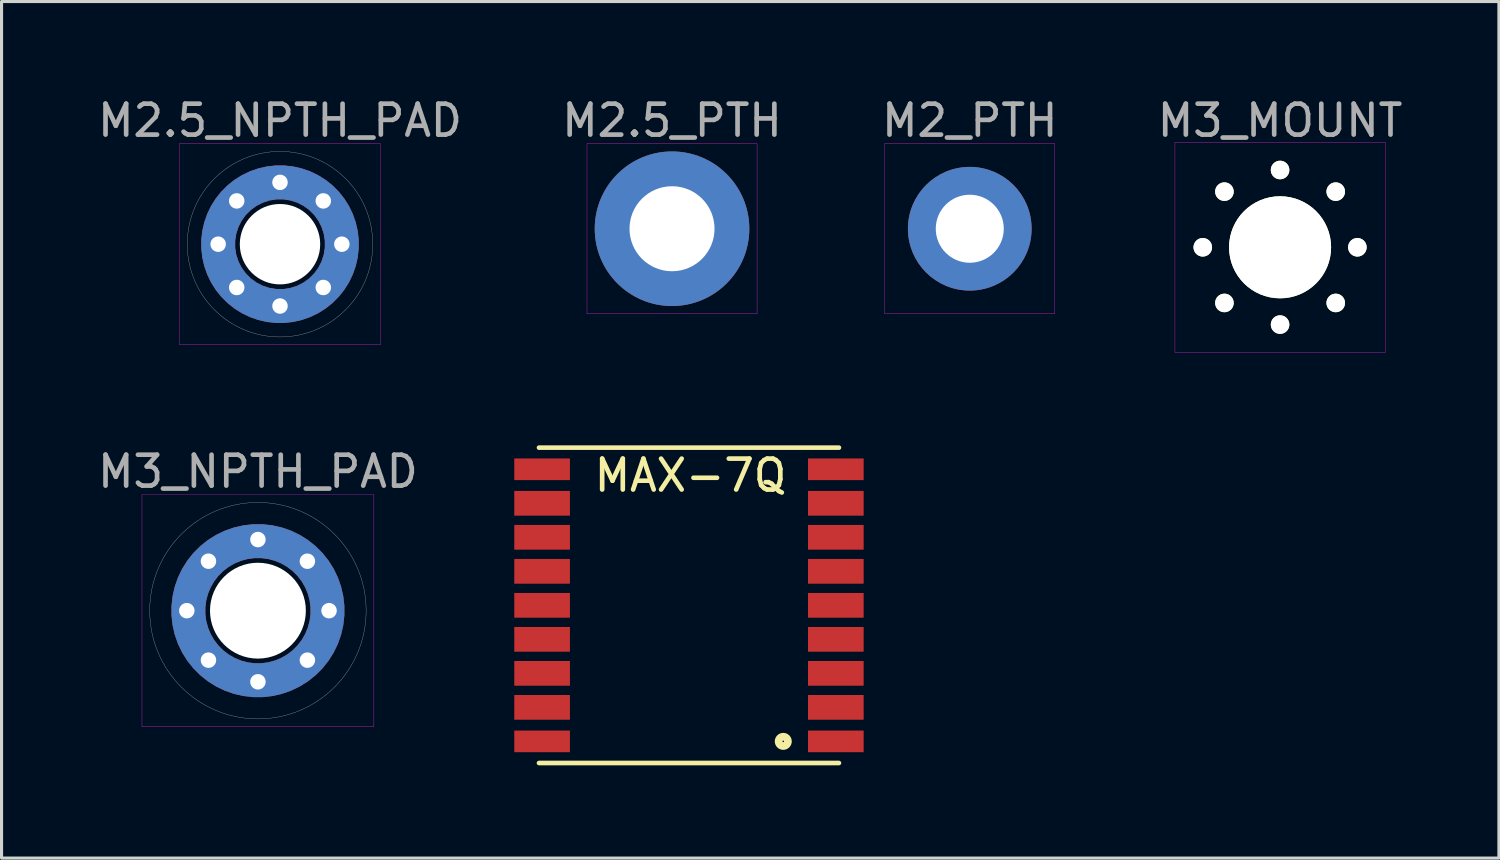
<source format=kicad_pcb>
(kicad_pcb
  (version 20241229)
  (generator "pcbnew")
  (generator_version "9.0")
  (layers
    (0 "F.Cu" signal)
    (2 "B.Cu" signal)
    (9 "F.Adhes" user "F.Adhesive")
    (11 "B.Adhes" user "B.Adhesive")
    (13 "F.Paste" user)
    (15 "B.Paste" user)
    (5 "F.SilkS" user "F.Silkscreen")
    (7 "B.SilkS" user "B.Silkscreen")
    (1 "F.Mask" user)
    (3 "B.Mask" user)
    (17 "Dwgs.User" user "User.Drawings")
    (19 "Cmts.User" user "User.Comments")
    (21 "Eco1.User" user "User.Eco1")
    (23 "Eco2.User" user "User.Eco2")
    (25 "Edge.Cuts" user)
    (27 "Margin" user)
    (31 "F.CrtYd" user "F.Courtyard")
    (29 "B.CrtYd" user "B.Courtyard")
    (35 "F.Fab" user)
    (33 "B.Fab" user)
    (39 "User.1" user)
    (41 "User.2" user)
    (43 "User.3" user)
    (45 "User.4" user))
  (footprint "M3_NPTH_PAD"
    (layer "F.Cu")
    (at 5.292 16.701)
    (property "Reference" "M3_NPTH_PAD" (at 0 -4.5 0) (layer "F.Fab") (effects (font (size 1 1) (thickness 0.15))))
    (attr exclude_from_pos_files)
    (fp_line (start -3.75 -3.75) (end 3.75 -3.75) (stroke (width 0.01) (type solid)) (layer "F.CrtYd"))
    (fp_line (start -3.75 3.75) (end -3.75 -3.75) (stroke (width 0.01) (type solid)) (layer "F.CrtYd"))
    (fp_line (start 3.75 -3.75) (end 3.75 3.75) (stroke (width 0.01) (type solid)) (layer "F.CrtYd"))
    (fp_line (start 3.75 3.75) (end -3.75 3.75) (stroke (width 0.01) (type solid)) (layer "F.CrtYd"))
    (fp_circle (center 0 0) (end 3.5 0) (stroke (width 0.01) (type solid)) (fill no) (layer "F.Fab"))
    (pad "" np_thru_hole circle (at 0 0) (size 3.1 3.1) (drill 3.1) (layers "*.Cu" "*.Mask"))
    (pad "" smd circle (at 0 0) (size 3.4 3.4) (layers "F.Mask"))
    (pad "" smd circle (at 0 0) (size 3.4 3.4) (layers "B.Mask"))
    (pad "1" thru_hole circle (at -2.3 0) (size 0.8 0.8) (drill 0.5) (layers "*.Cu" "*.Mask"))
    (pad "1" thru_hole circle (at -1.6 -1.6) (size 0.8 0.8) (drill 0.5) (layers "*.Cu" "*.Mask"))
    (pad "1" thru_hole circle (at -1.6 1.6) (size 0.8 0.8) (drill 0.5) (layers "*.Cu" "*.Mask"))
    (pad "1" thru_hole circle (at 0 -2.3) (size 0.8 0.8) (drill 0.5) (layers "*.Cu" "*.Mask"))
    (pad "1" smd custom (at 0 2) (size 0.1 0.1) (layers "F.Cu" "F.Mask") (options (anchor circle)) (primitives (gr_circle (center 0 -2) (end 2.25 -2) (width 1.1) (fill no))))
    (pad "1" smd custom (at 0 2) (size 0.1 0.1) (layers "B.Cu" "B.Mask") (options (anchor circle)) (primitives (gr_circle (center 0 -2) (end 2.25 -2) (width 1.1) (fill no))))
    (pad "1" thru_hole circle (at 0 2.3) (size 0.8 0.8) (drill 0.5) (layers "*.Cu" "*.Mask"))
    (pad "1" thru_hole circle (at 1.6 -1.6) (size 0.8 0.8) (drill 0.5) (layers "*.Cu" "*.Mask"))
    (pad "1" thru_hole circle (at 1.6 1.6) (size 0.8 0.8) (drill 0.5) (layers "*.Cu" "*.Mask"))
    (pad "1" thru_hole circle (at 2.3 0) (size 0.8 0.8) (drill 0.5) (layers "*.Cu" "*.Mask")))
  (footprint "MAX-7Q"
    (layer "F.Cu")
    (at 14.483 12.128)
    (property "Reference" "MAX-7Q" (at 4.8 0.2 0) (layer "F.SilkS") (effects (font (size 1 1) (thickness 0.15))))
    (attr through_hole)
    (fp_line (start -0.1 -0.7) (end 9.6 -0.7) (stroke (width 0.15) (type solid)) (layer "F.SilkS"))
    (fp_line (start -0.1 9.5) (end 9.6 9.5) (stroke (width 0.15) (type solid)) (layer "F.SilkS"))
    (fp_circle (center 7.8 8.8) (end 7.9 8.8) (stroke (width 0.15) (type solid)) (fill no) (layer "F.SilkS"))
    (fp_circle (center 7.8 8.8) (end 8 8.8) (stroke (width 0.15) (type solid)) (fill no) (layer "F.SilkS"))
    (pad "1" smd rect (at 9.5 8.8) (size 1.8 0.7) (layers "F.Cu" "F.Mask" "F.Paste"))
    (pad "2" smd rect (at 9.5 7.7) (size 1.8 0.8) (layers "F.Cu" "F.Mask" "F.Paste"))
    (pad "3" smd rect (at 9.5 6.6) (size 1.8 0.8) (layers "F.Cu" "F.Mask" "F.Paste"))
    (pad "4" smd rect (at 9.5 5.5) (size 1.8 0.8) (layers "F.Cu" "F.Mask" "F.Paste"))
    (pad "5" smd rect (at 9.5 4.4) (size 1.8 0.8) (layers "F.Cu" "F.Mask" "F.Paste"))
    (pad "6" smd rect (at 9.5 3.3) (size 1.8 0.8) (layers "F.Cu" "F.Mask" "F.Paste"))
    (pad "7" smd rect (at 9.5 2.2) (size 1.8 0.8) (layers "F.Cu" "F.Mask" "F.Paste"))
    (pad "8" smd rect (at 9.5 1.1) (size 1.8 0.8) (layers "F.Cu" "F.Mask" "F.Paste"))
    (pad "9" smd rect (at 9.5 0) (size 1.8 0.7) (layers "F.Cu" "F.Mask" "F.Paste"))
    (pad "10" smd rect (at 0 0) (size 1.8 0.7) (layers "F.Cu" "F.Mask" "F.Paste"))
    (pad "11" smd rect (at 0 1.1) (size 1.8 0.8) (layers "F.Cu" "F.Mask" "F.Paste"))
    (pad "12" smd rect (at 0 2.2) (size 1.8 0.8) (layers "F.Cu" "F.Mask" "F.Paste"))
    (pad "13" smd rect (at 0 3.3) (size 1.8 0.8) (layers "F.Cu" "F.Mask" "F.Paste"))
    (pad "14" smd rect (at 0 4.4) (size 1.8 0.8) (layers "F.Cu" "F.Mask" "F.Paste"))
    (pad "15" smd rect (at 0 5.5) (size 1.8 0.8) (layers "F.Cu" "F.Mask" "F.Paste"))
    (pad "16" smd rect (at 0 6.6) (size 1.8 0.8) (layers "F.Cu" "F.Mask" "F.Paste"))
    (pad "17" smd rect (at 0 7.7) (size 1.8 0.8) (layers "F.Cu" "F.Mask" "F.Paste"))
    (pad "18" smd rect (at 0 8.8) (size 1.8 0.7) (layers "F.Cu" "F.Mask" "F.Paste")))
  (footprint "M3_MOUNT"
    (layer "F.Cu")
    (at 38.351 4.948)
    (property "Reference" "M3_MOUNT" (at 0 -4.1 0) (layer "F.Fab") (effects (font (size 1 1) (thickness 0.15))))
    (attr through_hole)
    (fp_line (start -3.4 -3.4) (end 3.4 -3.4) (stroke (width 0.01) (type solid)) (layer "F.CrtYd"))
    (fp_line (start -3.4 3.4) (end -3.4 -3.4) (stroke (width 0.01) (type solid)) (layer "F.CrtYd"))
    (fp_line (start 3.4 -3.4) (end 3.4 3.4) (stroke (width 0.01) (type solid)) (layer "F.CrtYd"))
    (fp_line (start 3.4 3.4) (end -3.4 3.4) (stroke (width 0.01) (type solid)) (layer "F.CrtYd"))
    (pad "" np_thru_hole circle (at -2.5 0) (size 0.6 0.6) (drill 0.6) (layers "*.Cu" "*.Mask" "F.SilkS"))
    (pad "" np_thru_hole circle (at -1.8 -1.8) (size 0.6 0.6) (drill 0.6) (layers "*.Cu" "*.Mask" "F.SilkS"))
    (pad "" np_thru_hole circle (at -1.8 1.8) (size 0.6 0.6) (drill 0.6) (layers "*.Cu" "*.Mask" "F.SilkS"))
    (pad "" np_thru_hole circle (at 0 -2.5) (size 0.6 0.6) (drill 0.6) (layers "*.Cu" "*.Mask" "F.SilkS"))
    (pad "" np_thru_hole circle (at 0 0) (size 3.3 3.3) (drill 3.3) (layers "*.Cu" "*.Mask" "F.SilkS" "F.Paste"))
    (pad "" np_thru_hole circle (at 0 2.5) (size 0.6 0.6) (drill 0.6) (layers "*.Cu" "*.Mask" "F.SilkS"))
    (pad "" np_thru_hole circle (at 1.8 -1.8) (size 0.6 0.6) (drill 0.6) (layers "*.Cu" "*.Mask" "F.SilkS"))
    (pad "" np_thru_hole circle (at 1.8 1.8) (size 0.6 0.6) (drill 0.6) (layers "*.Cu" "*.Mask" "F.SilkS"))
    (pad "" np_thru_hole circle (at 2.5 0) (size 0.6 0.6) (drill 0.6) (layers "*.Cu" "*.Mask" "F.SilkS")))
  (footprint "M2.5_PTH"
    (layer "F.Cu")
    (at 18.685 4.348)
    (property "Reference" "M2.5_PTH" (at 0 -3.5 0) (layer "F.Fab") (effects (font (size 1 1) (thickness 0.15))))
    (attr exclude_from_pos_files)
    (fp_line (start -2.75 -2.75) (end 2.75 -2.75) (stroke (width 0.01) (type solid)) (layer "F.CrtYd"))
    (fp_line (start -2.75 2.75) (end -2.75 -2.75) (stroke (width 0.01) (type solid)) (layer "F.CrtYd"))
    (fp_line (start 2.75 -2.75) (end 2.75 2.75) (stroke (width 0.01) (type solid)) (layer "F.CrtYd"))
    (fp_line (start 2.75 2.75) (end -2.75 2.75) (stroke (width 0.01) (type solid)) (layer "F.CrtYd"))
    (pad "" thru_hole circle (at 0 0) (size 5 5) (drill 2.75) (layers "*.Cu" "*.Mask")))
  (footprint "M2_PTH"
    (layer "F.Cu")
    (at 28.315 4.348)
    (property "Reference" "M2_PTH" (at 0 -3.5 0) (layer "F.Fab") (effects (font (size 1 1) (thickness 0.15))))
    (attr through_hole)
    (fp_line (start -2.75 -2.75) (end 2.75 -2.75) (stroke (width 0.01) (type solid)) (layer "F.CrtYd"))
    (fp_line (start -2.75 2.75) (end -2.75 -2.75) (stroke (width 0.01) (type solid)) (layer "F.CrtYd"))
    (fp_line (start 2.75 -2.75) (end 2.75 2.75) (stroke (width 0.01) (type solid)) (layer "F.CrtYd"))
    (fp_line (start 2.75 2.75) (end -2.75 2.75) (stroke (width 0.01) (type solid)) (layer "F.CrtYd"))
    (pad "1" thru_hole circle (at 0 0) (size 4 4) (drill 2.2) (layers "*.Cu" "*.Mask")))
  (footprint "M2.5_NPTH_PAD"
    (layer "F.Cu")
    (at 6.006 4.848)
    (property "Reference" "M2.5_NPTH_PAD" (at 0 -4 0) (layer "F.Fab") (effects (font (size 1 1) (thickness 0.15))))
    (attr exclude_from_pos_files)
    (fp_line (start -3.25 -3.25) (end 3.25 -3.25) (stroke (width 0.01) (type solid)) (layer "F.CrtYd"))
    (fp_line (start -3.25 3.25) (end -3.25 -3.25) (stroke (width 0.01) (type solid)) (layer "F.CrtYd"))
    (fp_line (start 3.25 -3.25) (end 3.25 3.25) (stroke (width 0.01) (type solid)) (layer "F.CrtYd"))
    (fp_line (start 3.25 3.25) (end -3.25 3.25) (stroke (width 0.01) (type solid)) (layer "F.CrtYd"))
    (fp_circle (center 0 0) (end 3 0) (stroke (width 0.01) (type solid)) (fill no) (layer "F.Fab"))
    (pad "" np_thru_hole circle (at 0 0) (size 2.6 2.6) (drill 2.6) (layers "*.Cu" "*.Mask"))
    (pad "" smd circle (at 0 0) (size 2.9 2.9) (layers "F.Mask"))
    (pad "" smd circle (at 0 0) (size 2.9 2.9) (layers "B.Mask"))
    (pad "1" thru_hole circle (at -2 0) (size 0.8 0.8) (drill 0.5) (layers "*.Cu" "*.Mask"))
    (pad "1" thru_hole circle (at -1.4 -1.4) (size 0.8 0.8) (drill 0.5) (layers "*.Cu" "*.Mask"))
    (pad "1" thru_hole circle (at -1.4 1.4) (size 0.8 0.8) (drill 0.5) (layers "*.Cu" "*.Mask"))
    (pad "1" thru_hole circle (at 0 -2) (size 0.8 0.8) (drill 0.5) (layers "*.Cu" "*.Mask"))
    (pad "1" smd custom (at 0 2) (size 0.1 0.1) (layers "F.Cu" "F.Mask") (options (anchor circle)) (primitives (gr_circle (center 0 -2) (end 2 -2) (width 1.1) (fill no))))
    (pad "1" smd custom (at 0 2) (size 0.1 0.1) (layers "B.Cu" "B.Mask") (options (anchor circle)) (primitives (gr_circle (center 0 -2) (end 2 -2) (width 1.1) (fill no))))
    (pad "1" thru_hole circle (at 0 2) (size 0.8 0.8) (drill 0.5) (layers "*.Cu" "*.Mask"))
    (pad "1" thru_hole circle (at 1.4 -1.4) (size 0.8 0.8) (drill 0.5) (layers "*.Cu" "*.Mask"))
    (pad "1" thru_hole circle (at 1.4 1.4) (size 0.8 0.8) (drill 0.5) (layers "*.Cu" "*.Mask"))
    (pad "1" thru_hole circle (at 2 0) (size 0.8 0.8) (drill 0.5) (layers "*.Cu" "*.Mask")))
  (gr_rect
    (start -3 -3)
    (end 45.429 24.703)
    (stroke (width 0.1) (type default))
    (fill no)
    (layer "Edge.Cuts")))
</source>
